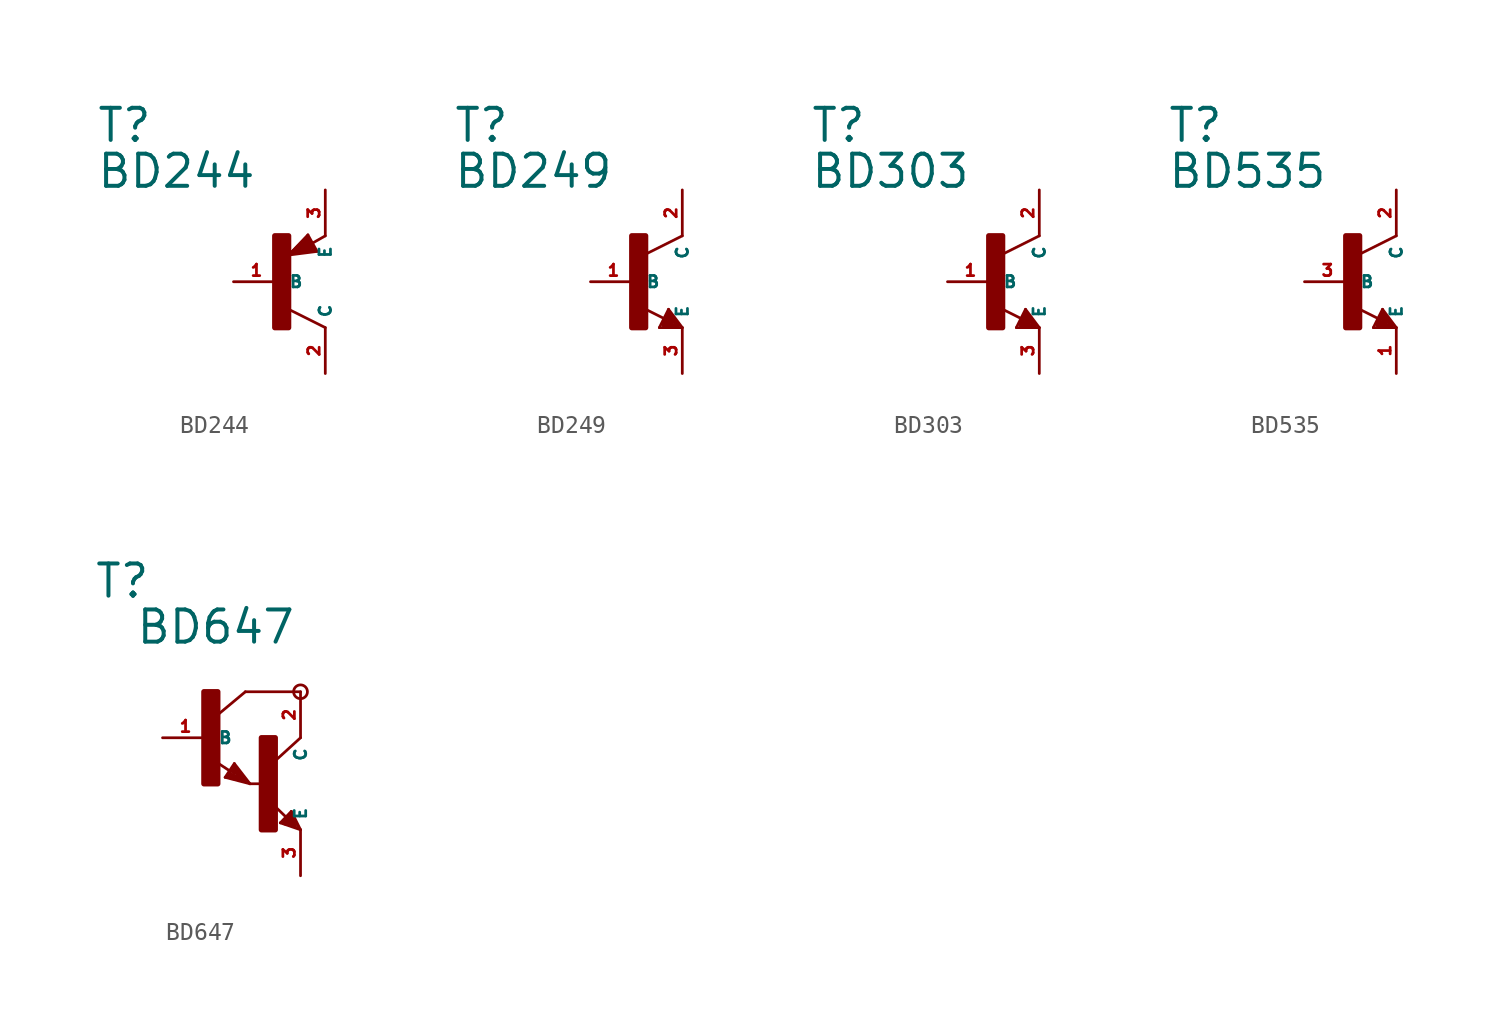
<source format=kicad_sym>
(kicad_symbol_lib
  (version 20220914)
  (generator Eagle2Kicad)
  (symbol "BD244"
    (property "Reference" "T"
      (at -10.16 7.62 0)
      (effects (font (size 1.778 1.778) (thickness 0.22)) (justify left bottom)))
    (property "Value" "BD244"
      (at -10.16 5.08 0)
      (effects (font (size 1.778 1.778) (thickness 0.22)) (justify left bottom)))
    (polyline
      (pts (xy 2.086 1.678) (xy 1.578 2.594))
      (stroke (width 0.152) (type default))
      (fill (type none)))
    (polyline
      (pts (xy 1.578 2.594) (xy 0.516 1.478))
      (stroke (width 0.152) (type default))
      (fill (type none)))
    (polyline
      (pts (xy 0.516 1.478) (xy 2.086 1.678))
      (stroke (width 0.152) (type default))
      (fill (type none)))
    (polyline
      (pts (xy 2.54 2.54) (xy 1.808 2.124))
      (stroke (width 0.152) (type default))
      (fill (type none)))
    (polyline
      (pts (xy 2.54 -2.54) (xy 0.508 -1.524))
      (stroke (width 0.152) (type default))
      (fill (type none)))
    (polyline
      (pts (xy 1.905 1.778) (xy 1.524 2.413))
      (stroke (width 0.254) (type default))
      (fill (type none)))
    (polyline
      (pts (xy 1.524 2.413) (xy 0.762 1.651))
      (stroke (width 0.254) (type default))
      (fill (type none)))
    (polyline
      (pts (xy 0.762 1.651) (xy 1.778 1.778))
      (stroke (width 0.254) (type default))
      (fill (type none)))
    (polyline
      (pts (xy 1.778 1.778) (xy 1.524 2.159))
      (stroke (width 0.254) (type default))
      (fill (type none)))
    (polyline
      (pts (xy 1.524 2.159) (xy 1.143 1.905))
      (stroke (width 0.254) (type default))
      (fill (type none)))
    (polyline
      (pts (xy 1.143 1.905) (xy 1.524 1.905))
      (stroke (width 0.254) (type default))
      (fill (type none)))
    (rectangle
      (start -0.254 -2.54)
      (end 0.508 2.54)
      (stroke (width 0.3) (type default))
      (fill (type outline)))
    (pin passive line
      (at -2.54 0 0)
      (length 2.54)
      (name "B" (effects (font (size 0.635 0.635) (thickness 0.08)) (justify left bottom)))
      (number "1" (effects (font (size 0.635 0.635) (thickness 0.08)) (justify left bottom))))
    (pin passive line
      (at 2.54 5.08 270)
      (length 2.54)
      (name "E" (effects (font (size 0.635 0.635) (thickness 0.08)) (justify left bottom)))
      (number "3" (effects (font (size 0.635 0.635) (thickness 0.08)) (justify left bottom))))
    (pin passive line
      (at 2.54 -5.08 90)
      (length 2.54)
      (name "C" (effects (font (size 0.635 0.635) (thickness 0.08)) (justify left bottom)))
      (number "2" (effects (font (size 0.635 0.635) (thickness 0.08)) (justify left bottom)))))
  (symbol "BD249"
    (property "Reference" "T"
      (at -10.16 7.62 0)
      (effects (font (size 1.778 1.778) (thickness 0.22)) (justify left bottom)))
    (property "Value" "BD249"
      (at -10.16 5.08 0)
      (effects (font (size 1.778 1.778) (thickness 0.22)) (justify left bottom)))
    (polyline
      (pts (xy 2.54 2.54) (xy 0.508 1.524))
      (stroke (width 0.152) (type default))
      (fill (type none)))
    (polyline
      (pts (xy 1.778 -1.524) (xy 2.54 -2.54))
      (stroke (width 0.152) (type default))
      (fill (type none)))
    (polyline
      (pts (xy 2.54 -2.54) (xy 1.27 -2.54))
      (stroke (width 0.152) (type default))
      (fill (type none)))
    (polyline
      (pts (xy 1.27 -2.54) (xy 1.778 -1.524))
      (stroke (width 0.152) (type default))
      (fill (type none)))
    (polyline
      (pts (xy 1.54 -2.04) (xy 0.308 -1.424))
      (stroke (width 0.152) (type default))
      (fill (type none)))
    (polyline
      (pts (xy 1.524 -2.413) (xy 2.286 -2.413))
      (stroke (width 0.254) (type default))
      (fill (type none)))
    (polyline
      (pts (xy 2.286 -2.413) (xy 1.778 -1.778))
      (stroke (width 0.254) (type default))
      (fill (type none)))
    (polyline
      (pts (xy 1.778 -1.778) (xy 1.524 -2.286))
      (stroke (width 0.254) (type default))
      (fill (type none)))
    (polyline
      (pts (xy 1.524 -2.286) (xy 1.905 -2.286))
      (stroke (width 0.254) (type default))
      (fill (type none)))
    (polyline
      (pts (xy 1.905 -2.286) (xy 1.778 -2.032))
      (stroke (width 0.254) (type default))
      (fill (type none)))
    (rectangle
      (start -0.254 -2.54)
      (end 0.508 2.54)
      (stroke (width 0.3) (type default))
      (fill (type outline)))
    (pin passive line
      (at -2.54 0 0)
      (length 2.54)
      (name "B" (effects (font (size 0.635 0.635) (thickness 0.08)) (justify left bottom)))
      (number "1" (effects (font (size 0.635 0.635) (thickness 0.08)) (justify left bottom))))
    (pin passive line
      (at 2.54 -5.08 90)
      (length 2.54)
      (name "E" (effects (font (size 0.635 0.635) (thickness 0.08)) (justify left bottom)))
      (number "3" (effects (font (size 0.635 0.635) (thickness 0.08)) (justify left bottom))))
    (pin passive line
      (at 2.54 5.08 270)
      (length 2.54)
      (name "C" (effects (font (size 0.635 0.635) (thickness 0.08)) (justify left bottom)))
      (number "2" (effects (font (size 0.635 0.635) (thickness 0.08)) (justify left bottom)))))
  (symbol "BD303"
    (property "Reference" "T"
      (at -10.16 7.62 0)
      (effects (font (size 1.778 1.778) (thickness 0.22)) (justify left bottom)))
    (property "Value" "BD303"
      (at -10.16 5.08 0)
      (effects (font (size 1.778 1.778) (thickness 0.22)) (justify left bottom)))
    (polyline
      (pts (xy 2.54 2.54) (xy 0.508 1.524))
      (stroke (width 0.152) (type default))
      (fill (type none)))
    (polyline
      (pts (xy 1.778 -1.524) (xy 2.54 -2.54))
      (stroke (width 0.152) (type default))
      (fill (type none)))
    (polyline
      (pts (xy 2.54 -2.54) (xy 1.27 -2.54))
      (stroke (width 0.152) (type default))
      (fill (type none)))
    (polyline
      (pts (xy 1.27 -2.54) (xy 1.778 -1.524))
      (stroke (width 0.152) (type default))
      (fill (type none)))
    (polyline
      (pts (xy 1.54 -2.04) (xy 0.308 -1.424))
      (stroke (width 0.152) (type default))
      (fill (type none)))
    (polyline
      (pts (xy 1.524 -2.413) (xy 2.286 -2.413))
      (stroke (width 0.254) (type default))
      (fill (type none)))
    (polyline
      (pts (xy 2.286 -2.413) (xy 1.778 -1.778))
      (stroke (width 0.254) (type default))
      (fill (type none)))
    (polyline
      (pts (xy 1.778 -1.778) (xy 1.524 -2.286))
      (stroke (width 0.254) (type default))
      (fill (type none)))
    (polyline
      (pts (xy 1.524 -2.286) (xy 1.905 -2.286))
      (stroke (width 0.254) (type default))
      (fill (type none)))
    (polyline
      (pts (xy 1.905 -2.286) (xy 1.778 -2.032))
      (stroke (width 0.254) (type default))
      (fill (type none)))
    (rectangle
      (start -0.254 -2.54)
      (end 0.508 2.54)
      (stroke (width 0.3) (type default))
      (fill (type outline)))
    (pin passive line
      (at -2.54 0 0)
      (length 2.54)
      (name "B" (effects (font (size 0.635 0.635) (thickness 0.08)) (justify left bottom)))
      (number "1" (effects (font (size 0.635 0.635) (thickness 0.08)) (justify left bottom))))
    (pin passive line
      (at 2.54 -5.08 90)
      (length 2.54)
      (name "E" (effects (font (size 0.635 0.635) (thickness 0.08)) (justify left bottom)))
      (number "3" (effects (font (size 0.635 0.635) (thickness 0.08)) (justify left bottom))))
    (pin passive line
      (at 2.54 5.08 270)
      (length 2.54)
      (name "C" (effects (font (size 0.635 0.635) (thickness 0.08)) (justify left bottom)))
      (number "2" (effects (font (size 0.635 0.635) (thickness 0.08)) (justify left bottom)))))
  (symbol "BD535"
    (property "Reference" "T"
      (at -10.16 7.62 0)
      (effects (font (size 1.778 1.778) (thickness 0.22)) (justify left bottom)))
    (property "Value" "BD535"
      (at -10.16 5.08 0)
      (effects (font (size 1.778 1.778) (thickness 0.22)) (justify left bottom)))
    (polyline
      (pts (xy 2.54 2.54) (xy 0.508 1.524))
      (stroke (width 0.152) (type default))
      (fill (type none)))
    (polyline
      (pts (xy 1.778 -1.524) (xy 2.54 -2.54))
      (stroke (width 0.152) (type default))
      (fill (type none)))
    (polyline
      (pts (xy 2.54 -2.54) (xy 1.27 -2.54))
      (stroke (width 0.152) (type default))
      (fill (type none)))
    (polyline
      (pts (xy 1.27 -2.54) (xy 1.778 -1.524))
      (stroke (width 0.152) (type default))
      (fill (type none)))
    (polyline
      (pts (xy 1.54 -2.04) (xy 0.308 -1.424))
      (stroke (width 0.152) (type default))
      (fill (type none)))
    (polyline
      (pts (xy 1.524 -2.413) (xy 2.286 -2.413))
      (stroke (width 0.254) (type default))
      (fill (type none)))
    (polyline
      (pts (xy 2.286 -2.413) (xy 1.778 -1.778))
      (stroke (width 0.254) (type default))
      (fill (type none)))
    (polyline
      (pts (xy 1.778 -1.778) (xy 1.524 -2.286))
      (stroke (width 0.254) (type default))
      (fill (type none)))
    (polyline
      (pts (xy 1.524 -2.286) (xy 1.905 -2.286))
      (stroke (width 0.254) (type default))
      (fill (type none)))
    (polyline
      (pts (xy 1.905 -2.286) (xy 1.778 -2.032))
      (stroke (width 0.254) (type default))
      (fill (type none)))
    (rectangle
      (start -0.254 -2.54)
      (end 0.508 2.54)
      (stroke (width 0.3) (type default))
      (fill (type outline)))
    (pin passive line
      (at -2.54 0 0)
      (length 2.54)
      (name "B" (effects (font (size 0.635 0.635) (thickness 0.08)) (justify left bottom)))
      (number "3" (effects (font (size 0.635 0.635) (thickness 0.08)) (justify left bottom))))
    (pin passive line
      (at 2.54 -5.08 90)
      (length 2.54)
      (name "E" (effects (font (size 0.635 0.635) (thickness 0.08)) (justify left bottom)))
      (number "1" (effects (font (size 0.635 0.635) (thickness 0.08)) (justify left bottom))))
    (pin passive line
      (at 2.54 5.08 270)
      (length 2.54)
      (name "C" (effects (font (size 0.635 0.635) (thickness 0.08)) (justify left bottom)))
      (number "2" (effects (font (size 0.635 0.635) (thickness 0.08)) (justify left bottom)))))
  (symbol "BD647"
    (property "Reference" "T"
      (at -6.35 7.62 0)
      (effects (font (size 1.778 1.778) (thickness 0.22)) (justify left bottom)))
    (property "Value" "BD647"
      (at -4.064 5.08 0)
      (effects (font (size 1.778 1.778) (thickness 0.22)) (justify left bottom)))
    (polyline
      (pts (xy 5.08 2.54) (xy 2.032 2.54))
      (stroke (width 0.152) (type default))
      (fill (type none)))
    (polyline
      (pts (xy 1.424 -1.424) (xy 2.286 -2.54))
      (stroke (width 0.152) (type default))
      (fill (type none)))
    (polyline
      (pts (xy 2.921 -2.54) (xy 2.286 -2.54))
      (stroke (width 0.152) (type default))
      (fill (type none)))
    (polyline
      (pts (xy 0.916 -2.186) (xy 1.424 -1.424))
      (stroke (width 0.152) (type default))
      (fill (type none)))
    (polyline
      (pts (xy 2.286 -2.54) (xy 0.916 -2.186))
      (stroke (width 0.152) (type default))
      (fill (type none)))
    (polyline
      (pts (xy 2.032 2.54) (xy 0.508 1.27))
      (stroke (width 0.152) (type default))
      (fill (type none)))
    (polyline
      (pts (xy 5.08 0) (xy 3.683 -1.27))
      (stroke (width 0.152) (type default))
      (fill (type none)))
    (polyline
      (pts (xy 5.08 -5.08) (xy 3.964 -4.699))
      (stroke (width 0.152) (type default))
      (fill (type none)))
    (polyline
      (pts (xy 4.572 -4.064) (xy 5.08 -5.08))
      (stroke (width 0.152) (type default))
      (fill (type none)))
    (polyline
      (pts (xy 3.964 -4.699) (xy 4.572 -4.064))
      (stroke (width 0.152) (type default))
      (fill (type none)))
    (polyline
      (pts (xy 1.186 -1.84) (xy 0.208 -1.197))
      (stroke (width 0.152) (type default))
      (fill (type none)))
    (polyline
      (pts (xy 4.28 -4.38) (xy 3.483 -3.61))
      (stroke (width 0.152) (type default))
      (fill (type none)))
    (polyline
      (pts (xy 2.159 -2.413) (xy 1.397 -1.524))
      (stroke (width 0.127) (type default))
      (fill (type none)))
    (polyline
      (pts (xy 1.397 -1.524) (xy 1.016 -2.159))
      (stroke (width 0.127) (type default))
      (fill (type none)))
    (polyline
      (pts (xy 1.016 -2.159) (xy 2.032 -2.413))
      (stroke (width 0.127) (type default))
      (fill (type none)))
    (polyline
      (pts (xy 2.032 -2.413) (xy 1.397 -1.651))
      (stroke (width 0.127) (type default))
      (fill (type none)))
    (polyline
      (pts (xy 1.397 -1.651) (xy 1.143 -2.032))
      (stroke (width 0.127) (type default))
      (fill (type none)))
    (polyline
      (pts (xy 1.143 -2.032) (xy 1.905 -2.286))
      (stroke (width 0.254) (type default))
      (fill (type none)))
    (polyline
      (pts (xy 1.905 -2.286) (xy 1.397 -1.778))
      (stroke (width 0.254) (type default))
      (fill (type none)))
    (polyline
      (pts (xy 1.397 -1.778) (xy 1.397 -1.905))
      (stroke (width 0.254) (type default))
      (fill (type none)))
    (polyline
      (pts (xy 4.953 -4.953) (xy 4.572 -4.191))
      (stroke (width 0.127) (type default))
      (fill (type none)))
    (polyline
      (pts (xy 4.572 -4.191) (xy 4.064 -4.699))
      (stroke (width 0.127) (type default))
      (fill (type none)))
    (polyline
      (pts (xy 4.064 -4.699) (xy 4.826 -4.953))
      (stroke (width 0.127) (type default))
      (fill (type none)))
    (polyline
      (pts (xy 4.826 -4.953) (xy 4.572 -4.318))
      (stroke (width 0.127) (type default))
      (fill (type none)))
    (polyline
      (pts (xy 4.572 -4.318) (xy 4.191 -4.699))
      (stroke (width 0.254) (type default))
      (fill (type none)))
    (polyline
      (pts (xy 4.191 -4.699) (xy 4.699 -4.826))
      (stroke (width 0.254) (type default))
      (fill (type none)))
    (polyline
      (pts (xy 4.699 -4.826) (xy 4.572 -4.572))
      (stroke (width 0.254) (type default))
      (fill (type none)))
    (polyline
      (pts (xy 4.572 -4.572) (xy 4.445 -4.572))
      (stroke (width 0.254) (type default))
      (fill (type none)))
    (circle
      (center 5.08 2.54)
      (radius 0.381)
      (stroke (width 0) (type default))
      (fill (type none)))
    (rectangle
      (start -0.254 -2.54)
      (end 0.508 2.54)
      (stroke (width 0.3) (type default))
      (fill (type outline)))
    (rectangle
      (start 2.921 -5.08)
      (end 3.683 0)
      (stroke (width 0.3) (type default))
      (fill (type outline)))
    (pin passive line
      (at -2.54 0 0)
      (length 2.54)
      (name "B" (effects (font (size 0.635 0.635) (thickness 0.08)) (justify left bottom)))
      (number "1" (effects (font (size 0.635 0.635) (thickness 0.08)) (justify left bottom))))
    (pin passive line
      (at 5.08 -7.62 90)
      (length 2.54)
      (name "E" (effects (font (size 0.635 0.635) (thickness 0.08)) (justify left bottom)))
      (number "3" (effects (font (size 0.635 0.635) (thickness 0.08)) (justify left bottom))))
    (pin passive line
      (at 5.08 2.54 270)
      (length 2.54)
      (name "C" (effects (font (size 0.635 0.635) (thickness 0.08)) (justify left bottom)))
      (number "2" (effects (font (size 0.635 0.635) (thickness 0.08)) (justify left bottom))))))
</source>
